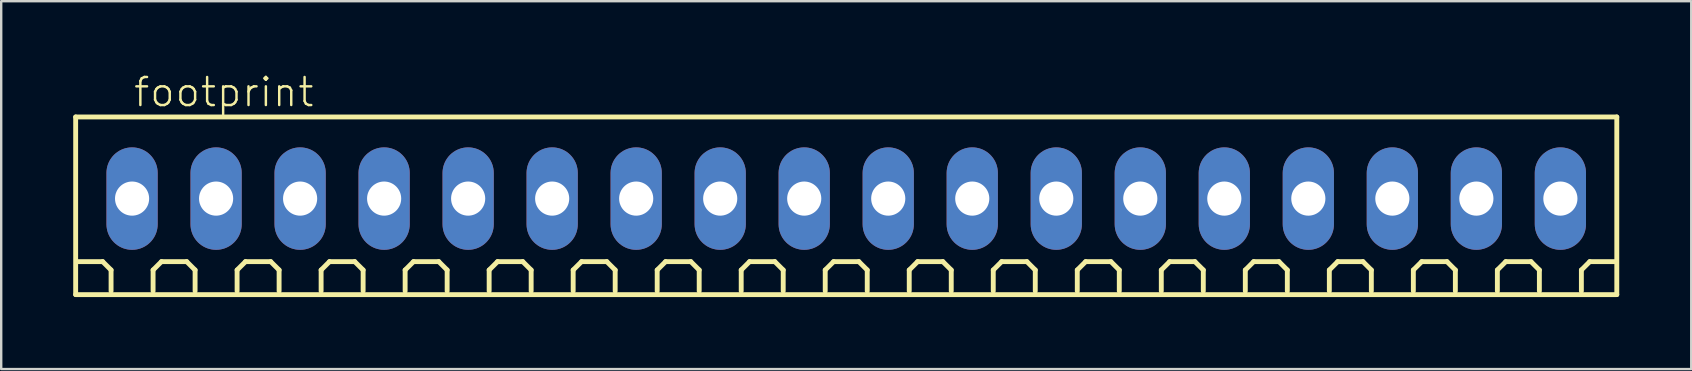
<source format=kicad_pcb>
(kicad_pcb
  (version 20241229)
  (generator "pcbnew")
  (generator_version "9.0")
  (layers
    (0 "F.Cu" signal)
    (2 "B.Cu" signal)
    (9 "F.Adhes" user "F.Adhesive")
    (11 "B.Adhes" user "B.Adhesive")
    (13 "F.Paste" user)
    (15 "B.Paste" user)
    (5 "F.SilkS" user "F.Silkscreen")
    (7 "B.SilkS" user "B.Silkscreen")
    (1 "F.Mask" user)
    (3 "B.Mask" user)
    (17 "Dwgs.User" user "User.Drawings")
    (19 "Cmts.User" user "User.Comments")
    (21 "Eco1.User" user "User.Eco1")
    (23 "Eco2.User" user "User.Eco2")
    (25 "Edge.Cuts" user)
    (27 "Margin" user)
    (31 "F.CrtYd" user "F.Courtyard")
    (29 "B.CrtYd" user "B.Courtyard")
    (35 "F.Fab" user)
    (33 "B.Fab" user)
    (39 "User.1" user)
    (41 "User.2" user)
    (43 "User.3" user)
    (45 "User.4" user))
  (footprint "footprint"
    (layer "F.Cu")
    (at 32.202 5.223)
    (property "Reference" "footprint" (at -29.75 -3.75 0) (layer "F.SilkS") (effects (font (size 1.168 1.168) (thickness 0.102)) (justify left bottom)))
    (fp_line (start -32.1 -3.4) (end 32.1 -3.4) (stroke (width 0.203) (type solid)) (layer "F.SilkS"))
    (fp_line (start -32.1 4) (end -32.1 -3.4) (stroke (width 0.203) (type solid)) (layer "F.SilkS"))
    (fp_line (start -30.975 2.625) (end -32.025 2.625) (stroke (width 0.203) (type solid)) (layer "F.SilkS"))
    (fp_line (start -30.625 2.975) (end -30.975 2.625) (stroke (width 0.203) (type solid)) (layer "F.SilkS"))
    (fp_line (start -30.625 3.85) (end -30.625 2.975) (stroke (width 0.203) (type solid)) (layer "F.SilkS"))
    (fp_line (start -28.875 2.975) (end -28.525 2.625) (stroke (width 0.203) (type solid)) (layer "F.SilkS"))
    (fp_line (start -28.875 3.85) (end -28.875 2.975) (stroke (width 0.203) (type solid)) (layer "F.SilkS"))
    (fp_line (start -28.525 2.625) (end -27.475 2.625) (stroke (width 0.203) (type solid)) (layer "F.SilkS"))
    (fp_line (start -27.475 2.625) (end -27.125 2.975) (stroke (width 0.203) (type solid)) (layer "F.SilkS"))
    (fp_line (start -27.125 2.975) (end -27.125 3.85) (stroke (width 0.203) (type solid)) (layer "F.SilkS"))
    (fp_line (start -25.375 2.975) (end -25.025 2.625) (stroke (width 0.203) (type solid)) (layer "F.SilkS"))
    (fp_line (start -25.375 3.85) (end -25.375 2.975) (stroke (width 0.203) (type solid)) (layer "F.SilkS"))
    (fp_line (start -25.025 2.625) (end -23.975 2.625) (stroke (width 0.203) (type solid)) (layer "F.SilkS"))
    (fp_line (start -23.975 2.625) (end -23.625 2.975) (stroke (width 0.203) (type solid)) (layer "F.SilkS"))
    (fp_line (start -23.625 2.975) (end -23.625 3.85) (stroke (width 0.203) (type solid)) (layer "F.SilkS"))
    (fp_line (start -21.875 2.975) (end -21.525 2.625) (stroke (width 0.203) (type solid)) (layer "F.SilkS"))
    (fp_line (start -21.875 3.85) (end -21.875 2.975) (stroke (width 0.203) (type solid)) (layer "F.SilkS"))
    (fp_line (start -21.525 2.625) (end -20.475 2.625) (stroke (width 0.203) (type solid)) (layer "F.SilkS"))
    (fp_line (start -20.475 2.625) (end -20.125 2.975) (stroke (width 0.203) (type solid)) (layer "F.SilkS"))
    (fp_line (start -20.125 2.975) (end -20.125 3.85) (stroke (width 0.203) (type solid)) (layer "F.SilkS"))
    (fp_line (start -18.375 2.975) (end -18.025 2.625) (stroke (width 0.203) (type solid)) (layer "F.SilkS"))
    (fp_line (start -18.375 3.85) (end -18.375 2.975) (stroke (width 0.203) (type solid)) (layer "F.SilkS"))
    (fp_line (start -18.025 2.625) (end -16.975 2.625) (stroke (width 0.203) (type solid)) (layer "F.SilkS"))
    (fp_line (start -16.975 2.625) (end -16.625 2.975) (stroke (width 0.203) (type solid)) (layer "F.SilkS"))
    (fp_line (start -16.625 2.975) (end -16.625 3.85) (stroke (width 0.203) (type solid)) (layer "F.SilkS"))
    (fp_line (start -14.875 2.975) (end -14.525 2.625) (stroke (width 0.203) (type solid)) (layer "F.SilkS"))
    (fp_line (start -14.875 3.85) (end -14.875 2.975) (stroke (width 0.203) (type solid)) (layer "F.SilkS"))
    (fp_line (start -14.525 2.625) (end -13.475 2.625) (stroke (width 0.203) (type solid)) (layer "F.SilkS"))
    (fp_line (start -13.475 2.625) (end -13.125 2.975) (stroke (width 0.203) (type solid)) (layer "F.SilkS"))
    (fp_line (start -13.125 2.975) (end -13.125 3.85) (stroke (width 0.203) (type solid)) (layer "F.SilkS"))
    (fp_line (start -11.375 2.975) (end -11.025 2.625) (stroke (width 0.203) (type solid)) (layer "F.SilkS"))
    (fp_line (start -11.375 3.85) (end -11.375 2.975) (stroke (width 0.203) (type solid)) (layer "F.SilkS"))
    (fp_line (start -11.025 2.625) (end -9.975 2.625) (stroke (width 0.203) (type solid)) (layer "F.SilkS"))
    (fp_line (start -9.975 2.625) (end -9.625 2.975) (stroke (width 0.203) (type solid)) (layer "F.SilkS"))
    (fp_line (start -9.625 2.975) (end -9.625 3.85) (stroke (width 0.203) (type solid)) (layer "F.SilkS"))
    (fp_line (start -7.875 2.975) (end -7.525 2.625) (stroke (width 0.203) (type solid)) (layer "F.SilkS"))
    (fp_line (start -7.875 3.85) (end -7.875 2.975) (stroke (width 0.203) (type solid)) (layer "F.SilkS"))
    (fp_line (start -7.525 2.625) (end -6.475 2.625) (stroke (width 0.203) (type solid)) (layer "F.SilkS"))
    (fp_line (start -6.475 2.625) (end -6.125 2.975) (stroke (width 0.203) (type solid)) (layer "F.SilkS"))
    (fp_line (start -6.125 2.975) (end -6.125 3.85) (stroke (width 0.203) (type solid)) (layer "F.SilkS"))
    (fp_line (start -4.375 2.975) (end -4.025 2.625) (stroke (width 0.203) (type solid)) (layer "F.SilkS"))
    (fp_line (start -4.375 3.85) (end -4.375 2.975) (stroke (width 0.203) (type solid)) (layer "F.SilkS"))
    (fp_line (start -4.025 2.625) (end -2.975 2.625) (stroke (width 0.203) (type solid)) (layer "F.SilkS"))
    (fp_line (start -2.975 2.625) (end -2.625 2.975) (stroke (width 0.203) (type solid)) (layer "F.SilkS"))
    (fp_line (start -2.625 2.975) (end -2.625 3.85) (stroke (width 0.203) (type solid)) (layer "F.SilkS"))
    (fp_line (start -0.875 2.975) (end -0.525 2.625) (stroke (width 0.203) (type solid)) (layer "F.SilkS"))
    (fp_line (start -0.875 3.85) (end -0.875 2.975) (stroke (width 0.203) (type solid)) (layer "F.SilkS"))
    (fp_line (start -0.525 2.625) (end 0.525 2.625) (stroke (width 0.203) (type solid)) (layer "F.SilkS"))
    (fp_line (start 0.525 2.625) (end 0.875 2.975) (stroke (width 0.203) (type solid)) (layer "F.SilkS"))
    (fp_line (start 0.875 2.975) (end 0.875 3.85) (stroke (width 0.203) (type solid)) (layer "F.SilkS"))
    (fp_line (start 2.625 2.975) (end 2.975 2.625) (stroke (width 0.203) (type solid)) (layer "F.SilkS"))
    (fp_line (start 2.625 3.85) (end 2.625 2.975) (stroke (width 0.203) (type solid)) (layer "F.SilkS"))
    (fp_line (start 2.975 2.625) (end 4.025 2.625) (stroke (width 0.203) (type solid)) (layer "F.SilkS"))
    (fp_line (start 4.025 2.625) (end 4.375 2.975) (stroke (width 0.203) (type solid)) (layer "F.SilkS"))
    (fp_line (start 4.375 2.975) (end 4.375 3.85) (stroke (width 0.203) (type solid)) (layer "F.SilkS"))
    (fp_line (start 6.125 2.975) (end 6.475 2.625) (stroke (width 0.203) (type solid)) (layer "F.SilkS"))
    (fp_line (start 6.125 3.85) (end 6.125 2.975) (stroke (width 0.203) (type solid)) (layer "F.SilkS"))
    (fp_line (start 6.475 2.625) (end 7.525 2.625) (stroke (width 0.203) (type solid)) (layer "F.SilkS"))
    (fp_line (start 7.525 2.625) (end 7.875 2.975) (stroke (width 0.203) (type solid)) (layer "F.SilkS"))
    (fp_line (start 7.875 2.975) (end 7.875 3.85) (stroke (width 0.203) (type solid)) (layer "F.SilkS"))
    (fp_line (start 9.625 2.975) (end 9.975 2.625) (stroke (width 0.203) (type solid)) (layer "F.SilkS"))
    (fp_line (start 9.625 3.85) (end 9.625 2.975) (stroke (width 0.203) (type solid)) (layer "F.SilkS"))
    (fp_line (start 9.975 2.625) (end 11.025 2.625) (stroke (width 0.203) (type solid)) (layer "F.SilkS"))
    (fp_line (start 11.025 2.625) (end 11.375 2.975) (stroke (width 0.203) (type solid)) (layer "F.SilkS"))
    (fp_line (start 11.375 2.975) (end 11.375 3.85) (stroke (width 0.203) (type solid)) (layer "F.SilkS"))
    (fp_line (start 13.125 2.975) (end 13.475 2.625) (stroke (width 0.203) (type solid)) (layer "F.SilkS"))
    (fp_line (start 13.125 3.85) (end 13.125 2.975) (stroke (width 0.203) (type solid)) (layer "F.SilkS"))
    (fp_line (start 13.475 2.625) (end 14.525 2.625) (stroke (width 0.203) (type solid)) (layer "F.SilkS"))
    (fp_line (start 14.525 2.625) (end 14.875 2.975) (stroke (width 0.203) (type solid)) (layer "F.SilkS"))
    (fp_line (start 14.875 2.975) (end 14.875 3.85) (stroke (width 0.203) (type solid)) (layer "F.SilkS"))
    (fp_line (start 16.625 2.975) (end 16.975 2.625) (stroke (width 0.203) (type solid)) (layer "F.SilkS"))
    (fp_line (start 16.625 3.85) (end 16.625 2.975) (stroke (width 0.203) (type solid)) (layer "F.SilkS"))
    (fp_line (start 16.975 2.625) (end 18.025 2.625) (stroke (width 0.203) (type solid)) (layer "F.SilkS"))
    (fp_line (start 18.025 2.625) (end 18.375 2.975) (stroke (width 0.203) (type solid)) (layer "F.SilkS"))
    (fp_line (start 18.375 2.975) (end 18.375 3.85) (stroke (width 0.203) (type solid)) (layer "F.SilkS"))
    (fp_line (start 20.125 2.975) (end 20.475 2.625) (stroke (width 0.203) (type solid)) (layer "F.SilkS"))
    (fp_line (start 20.125 3.85) (end 20.125 2.975) (stroke (width 0.203) (type solid)) (layer "F.SilkS"))
    (fp_line (start 20.475 2.625) (end 21.525 2.625) (stroke (width 0.203) (type solid)) (layer "F.SilkS"))
    (fp_line (start 21.525 2.625) (end 21.875 2.975) (stroke (width 0.203) (type solid)) (layer "F.SilkS"))
    (fp_line (start 21.875 2.975) (end 21.875 3.85) (stroke (width 0.203) (type solid)) (layer "F.SilkS"))
    (fp_line (start 23.625 2.975) (end 23.975 2.625) (stroke (width 0.203) (type solid)) (layer "F.SilkS"))
    (fp_line (start 23.625 3.85) (end 23.625 2.975) (stroke (width 0.203) (type solid)) (layer "F.SilkS"))
    (fp_line (start 23.975 2.625) (end 25.025 2.625) (stroke (width 0.203) (type solid)) (layer "F.SilkS"))
    (fp_line (start 25.025 2.625) (end 25.375 2.975) (stroke (width 0.203) (type solid)) (layer "F.SilkS"))
    (fp_line (start 25.375 2.975) (end 25.375 3.85) (stroke (width 0.203) (type solid)) (layer "F.SilkS"))
    (fp_line (start 27.125 2.975) (end 27.475 2.625) (stroke (width 0.203) (type solid)) (layer "F.SilkS"))
    (fp_line (start 27.125 3.85) (end 27.125 2.975) (stroke (width 0.203) (type solid)) (layer "F.SilkS"))
    (fp_line (start 27.475 2.625) (end 28.525 2.625) (stroke (width 0.203) (type solid)) (layer "F.SilkS"))
    (fp_line (start 28.525 2.625) (end 28.875 2.975) (stroke (width 0.203) (type solid)) (layer "F.SilkS"))
    (fp_line (start 28.875 2.975) (end 28.875 3.85) (stroke (width 0.203) (type solid)) (layer "F.SilkS"))
    (fp_line (start 30.625 2.975) (end 30.975 2.625) (stroke (width 0.203) (type solid)) (layer "F.SilkS"))
    (fp_line (start 30.625 3.85) (end 30.625 2.975) (stroke (width 0.203) (type solid)) (layer "F.SilkS"))
    (fp_line (start 30.975 2.625) (end 32.025 2.625) (stroke (width 0.203) (type solid)) (layer "F.SilkS"))
    (fp_line (start 32.1 -3.4) (end 32.1 4) (stroke (width 0.203) (type solid)) (layer "F.SilkS"))
    (fp_line (start 32.1 4) (end -32.1 4) (stroke (width 0.203) (type solid)) (layer "F.SilkS"))
    (pad "1" thru_hole oval (at -29.75 0 90) (size 4.267 2.134) (drill 1.422) (layers "*.Cu" "*.Mask"))
    (pad "2" thru_hole oval (at -26.25 0 90) (size 4.267 2.134) (drill 1.422) (layers "*.Cu" "*.Mask"))
    (pad "3" thru_hole oval (at -22.75 0 90) (size 4.267 2.134) (drill 1.422) (layers "*.Cu" "*.Mask"))
    (pad "4" thru_hole oval (at -19.25 0 90) (size 4.267 2.134) (drill 1.422) (layers "*.Cu" "*.Mask"))
    (pad "5" thru_hole oval (at -15.75 0 90) (size 4.267 2.134) (drill 1.422) (layers "*.Cu" "*.Mask"))
    (pad "6" thru_hole oval (at -12.25 0 90) (size 4.267 2.134) (drill 1.422) (layers "*.Cu" "*.Mask"))
    (pad "7" thru_hole oval (at -8.75 0 90) (size 4.267 2.134) (drill 1.422) (layers "*.Cu" "*.Mask"))
    (pad "8" thru_hole oval (at -5.25 0 90) (size 4.267 2.134) (drill 1.422) (layers "*.Cu" "*.Mask"))
    (pad "9" thru_hole oval (at -1.75 0 90) (size 4.267 2.134) (drill 1.422) (layers "*.Cu" "*.Mask"))
    (pad "10" thru_hole oval (at 1.75 0 90) (size 4.267 2.134) (drill 1.422) (layers "*.Cu" "*.Mask"))
    (pad "11" thru_hole oval (at 5.25 0 90) (size 4.267 2.134) (drill 1.422) (layers "*.Cu" "*.Mask"))
    (pad "12" thru_hole oval (at 8.75 0 90) (size 4.267 2.134) (drill 1.422) (layers "*.Cu" "*.Mask"))
    (pad "13" thru_hole oval (at 12.25 0 90) (size 4.267 2.134) (drill 1.422) (layers "*.Cu" "*.Mask"))
    (pad "14" thru_hole oval (at 15.75 0 90) (size 4.267 2.134) (drill 1.422) (layers "*.Cu" "*.Mask"))
    (pad "15" thru_hole oval (at 19.25 0 90) (size 4.267 2.134) (drill 1.422) (layers "*.Cu" "*.Mask"))
    (pad "16" thru_hole oval (at 22.75 0 90) (size 4.267 2.134) (drill 1.422) (layers "*.Cu" "*.Mask"))
    (pad "17" thru_hole oval (at 26.25 0 90) (size 4.267 2.134) (drill 1.422) (layers "*.Cu" "*.Mask"))
    (pad "18" thru_hole oval (at 29.75 0 90) (size 4.267 2.134) (drill 1.422) (layers "*.Cu" "*.Mask")))
  (gr_rect
    (start -3 -3)
    (end 67.403 12.325)
    (stroke (width 0.1) (type default))
    (fill no)
    (layer "Edge.Cuts")))
</source>
